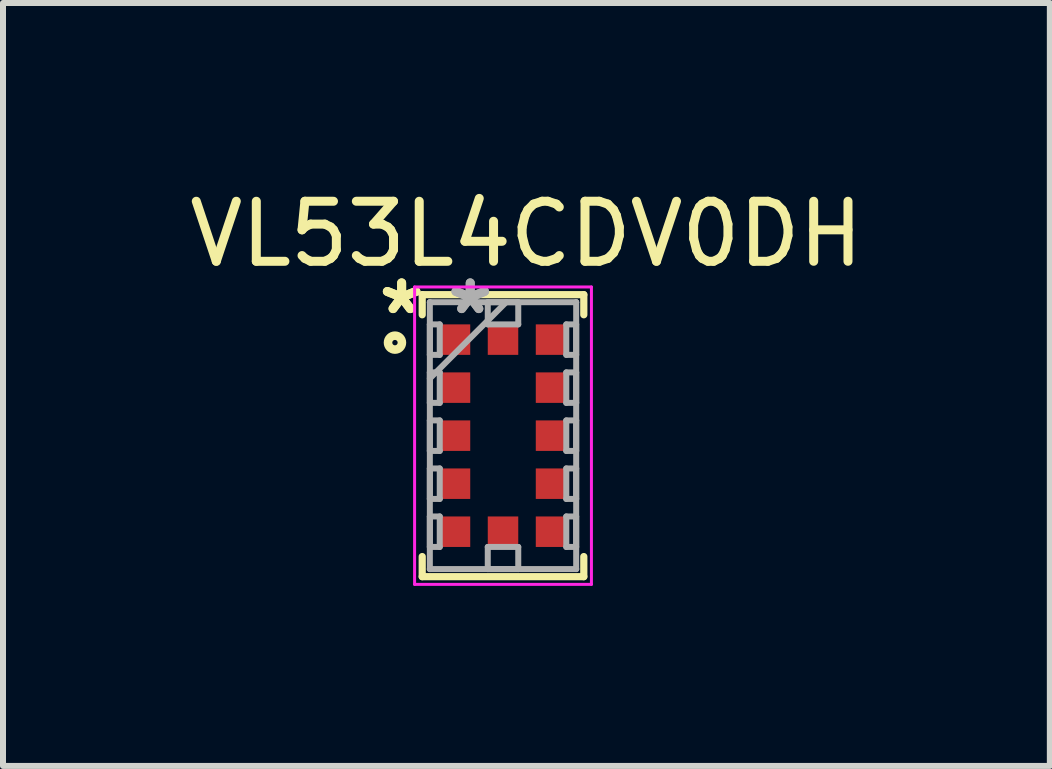
<source format=kicad_pcb>
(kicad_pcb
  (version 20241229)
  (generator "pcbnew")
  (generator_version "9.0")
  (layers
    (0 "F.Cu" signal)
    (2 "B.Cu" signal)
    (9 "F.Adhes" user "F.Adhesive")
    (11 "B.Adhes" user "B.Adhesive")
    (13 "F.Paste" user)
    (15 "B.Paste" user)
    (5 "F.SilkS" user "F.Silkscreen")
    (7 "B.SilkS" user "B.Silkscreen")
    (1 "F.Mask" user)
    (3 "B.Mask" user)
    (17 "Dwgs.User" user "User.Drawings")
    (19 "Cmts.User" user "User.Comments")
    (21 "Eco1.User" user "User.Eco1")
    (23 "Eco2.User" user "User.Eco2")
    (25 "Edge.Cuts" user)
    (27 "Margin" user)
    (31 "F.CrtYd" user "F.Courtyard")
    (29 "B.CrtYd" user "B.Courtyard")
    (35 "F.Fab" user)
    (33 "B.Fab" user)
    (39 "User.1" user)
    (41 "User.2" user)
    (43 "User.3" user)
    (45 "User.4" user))
  (footprint "VL53L4CDV0DH"
    (layer "F.Cu")
    (at 5.33 4.208)
    (property "Reference" "VL53L4CDV0DH" (at 0.39 -3.36 0) (layer "F.SilkS") (effects (font (size 1 1) (thickness 0.15))))
    (attr through_hole)
    (fp_line (start -1.346 -2.349) (end -1.346 -2.014) (stroke (width 0.12) (type solid)) (layer "F.SilkS"))
    (fp_line (start -1.346 2.014) (end -1.346 2.349) (stroke (width 0.12) (type solid)) (layer "F.SilkS"))
    (fp_line (start -1.346 2.349) (end 1.346 2.349) (stroke (width 0.12) (type solid)) (layer "F.SilkS"))
    (fp_line (start 1.346 -2.349) (end -1.346 -2.349) (stroke (width 0.12) (type solid)) (layer "F.SilkS"))
    (fp_line (start 1.346 -2.014) (end 1.346 -2.349) (stroke (width 0.12) (type solid)) (layer "F.SilkS"))
    (fp_line (start 1.346 2.349) (end 1.346 2.014) (stroke (width 0.12) (type solid)) (layer "F.SilkS"))
    (fp_circle (center -1.8 -1.55) (end -1.84 -1.53) (stroke (width 0.12) (type solid)) (fill no) (layer "F.SilkS"))
    (fp_circle (center -1.8 -1.55) (end -1.71 -1.46) (stroke (width 0.12) (type solid)) (fill no) (layer "F.SilkS"))
    (fp_line (start -1.473 -2.477) (end 1.473 -2.477) (stroke (width 0.05) (type solid)) (layer "F.CrtYd"))
    (fp_line (start -1.473 2.477) (end -1.473 -2.477) (stroke (width 0.05) (type solid)) (layer "F.CrtYd"))
    (fp_line (start 1.473 -2.477) (end 1.473 2.477) (stroke (width 0.05) (type solid)) (layer "F.CrtYd"))
    (fp_line (start 1.473 2.477) (end -1.473 2.477) (stroke (width 0.05) (type solid)) (layer "F.CrtYd"))
    (fp_line (start -1.219 -2.223) (end -1.219 -2.223) (stroke (width 0.1) (type solid)) (layer "F.Fab"))
    (fp_line (start -1.219 -2.223) (end -1.219 2.223) (stroke (width 0.1) (type solid)) (layer "F.Fab"))
    (fp_line (start -1.219 -1.854) (end -1.054 -1.854) (stroke (width 0.1) (type solid)) (layer "F.Fab"))
    (fp_line (start -1.219 -1.346) (end -1.219 -1.854) (stroke (width 0.1) (type solid)) (layer "F.Fab"))
    (fp_line (start -1.219 -1.054) (end -1.054 -1.054) (stroke (width 0.1) (type solid)) (layer "F.Fab"))
    (fp_line (start -1.219 -0.953) (end 0.051 -2.223) (stroke (width 0.1) (type solid)) (layer "F.Fab"))
    (fp_line (start -1.219 -0.546) (end -1.219 -1.054) (stroke (width 0.1) (type solid)) (layer "F.Fab"))
    (fp_line (start -1.219 -0.254) (end -1.054 -0.254) (stroke (width 0.1) (type solid)) (layer "F.Fab"))
    (fp_line (start -1.219 0.254) (end -1.219 -0.254) (stroke (width 0.1) (type solid)) (layer "F.Fab"))
    (fp_line (start -1.219 0.546) (end -1.054 0.546) (stroke (width 0.1) (type solid)) (layer "F.Fab"))
    (fp_line (start -1.219 1.054) (end -1.219 0.546) (stroke (width 0.1) (type solid)) (layer "F.Fab"))
    (fp_line (start -1.219 1.346) (end -1.054 1.346) (stroke (width 0.1) (type solid)) (layer "F.Fab"))
    (fp_line (start -1.219 1.854) (end -1.219 1.346) (stroke (width 0.1) (type solid)) (layer "F.Fab"))
    (fp_line (start -1.219 2.223) (end -1.219 2.223) (stroke (width 0.1) (type solid)) (layer "F.Fab"))
    (fp_line (start -1.219 2.223) (end 1.219 2.223) (stroke (width 0.1) (type solid)) (layer "F.Fab"))
    (fp_line (start -1.054 -1.854) (end -1.054 -1.346) (stroke (width 0.1) (type solid)) (layer "F.Fab"))
    (fp_line (start -1.054 -1.346) (end -1.219 -1.346) (stroke (width 0.1) (type solid)) (layer "F.Fab"))
    (fp_line (start -1.054 -1.054) (end -1.054 -0.546) (stroke (width 0.1) (type solid)) (layer "F.Fab"))
    (fp_line (start -1.054 -0.546) (end -1.219 -0.546) (stroke (width 0.1) (type solid)) (layer "F.Fab"))
    (fp_line (start -1.054 -0.254) (end -1.054 0.254) (stroke (width 0.1) (type solid)) (layer "F.Fab"))
    (fp_line (start -1.054 0.254) (end -1.219 0.254) (stroke (width 0.1) (type solid)) (layer "F.Fab"))
    (fp_line (start -1.054 0.546) (end -1.054 1.054) (stroke (width 0.1) (type solid)) (layer "F.Fab"))
    (fp_line (start -1.054 1.054) (end -1.219 1.054) (stroke (width 0.1) (type solid)) (layer "F.Fab"))
    (fp_line (start -1.054 1.346) (end -1.054 1.854) (stroke (width 0.1) (type solid)) (layer "F.Fab"))
    (fp_line (start -1.054 1.854) (end -1.219 1.854) (stroke (width 0.1) (type solid)) (layer "F.Fab"))
    (fp_line (start -0.254 -2.223) (end 0.254 -2.223) (stroke (width 0.1) (type solid)) (layer "F.Fab"))
    (fp_line (start -0.254 -1.854) (end -0.254 -2.223) (stroke (width 0.1) (type solid)) (layer "F.Fab"))
    (fp_line (start -0.254 1.854) (end 0.254 1.854) (stroke (width 0.1) (type solid)) (layer "F.Fab"))
    (fp_line (start -0.254 2.223) (end -0.254 1.854) (stroke (width 0.1) (type solid)) (layer "F.Fab"))
    (fp_line (start 0.254 -2.223) (end 0.254 -1.854) (stroke (width 0.1) (type solid)) (layer "F.Fab"))
    (fp_line (start 0.254 -1.854) (end -0.254 -1.854) (stroke (width 0.1) (type solid)) (layer "F.Fab"))
    (fp_line (start 0.254 1.854) (end 0.254 2.223) (stroke (width 0.1) (type solid)) (layer "F.Fab"))
    (fp_line (start 0.254 2.223) (end -0.254 2.223) (stroke (width 0.1) (type solid)) (layer "F.Fab"))
    (fp_line (start 1.054 -1.854) (end 1.219 -1.854) (stroke (width 0.1) (type solid)) (layer "F.Fab"))
    (fp_line (start 1.054 -1.346) (end 1.054 -1.854) (stroke (width 0.1) (type solid)) (layer "F.Fab"))
    (fp_line (start 1.054 -1.054) (end 1.219 -1.054) (stroke (width 0.1) (type solid)) (layer "F.Fab"))
    (fp_line (start 1.054 -0.546) (end 1.054 -1.054) (stroke (width 0.1) (type solid)) (layer "F.Fab"))
    (fp_line (start 1.054 -0.254) (end 1.219 -0.254) (stroke (width 0.1) (type solid)) (layer "F.Fab"))
    (fp_line (start 1.054 0.254) (end 1.054 -0.254) (stroke (width 0.1) (type solid)) (layer "F.Fab"))
    (fp_line (start 1.054 0.546) (end 1.219 0.546) (stroke (width 0.1) (type solid)) (layer "F.Fab"))
    (fp_line (start 1.054 1.054) (end 1.054 0.546) (stroke (width 0.1) (type solid)) (layer "F.Fab"))
    (fp_line (start 1.054 1.346) (end 1.219 1.346) (stroke (width 0.1) (type solid)) (layer "F.Fab"))
    (fp_line (start 1.054 1.854) (end 1.054 1.346) (stroke (width 0.1) (type solid)) (layer "F.Fab"))
    (fp_line (start 1.219 -2.223) (end -1.219 -2.223) (stroke (width 0.1) (type solid)) (layer "F.Fab"))
    (fp_line (start 1.219 -2.223) (end 1.219 -2.223) (stroke (width 0.1) (type solid)) (layer "F.Fab"))
    (fp_line (start 1.219 -1.854) (end 1.219 -1.346) (stroke (width 0.1) (type solid)) (layer "F.Fab"))
    (fp_line (start 1.219 -1.346) (end 1.054 -1.346) (stroke (width 0.1) (type solid)) (layer "F.Fab"))
    (fp_line (start 1.219 -1.054) (end 1.219 -0.546) (stroke (width 0.1) (type solid)) (layer "F.Fab"))
    (fp_line (start 1.219 -0.546) (end 1.054 -0.546) (stroke (width 0.1) (type solid)) (layer "F.Fab"))
    (fp_line (start 1.219 -0.254) (end 1.219 0.254) (stroke (width 0.1) (type solid)) (layer "F.Fab"))
    (fp_line (start 1.219 0.254) (end 1.054 0.254) (stroke (width 0.1) (type solid)) (layer "F.Fab"))
    (fp_line (start 1.219 0.546) (end 1.219 1.054) (stroke (width 0.1) (type solid)) (layer "F.Fab"))
    (fp_line (start 1.219 1.054) (end 1.054 1.054) (stroke (width 0.1) (type solid)) (layer "F.Fab"))
    (fp_line (start 1.219 1.346) (end 1.219 1.854) (stroke (width 0.1) (type solid)) (layer "F.Fab"))
    (fp_line (start 1.219 1.854) (end 1.054 1.854) (stroke (width 0.1) (type solid)) (layer "F.Fab"))
    (fp_line (start 1.219 2.223) (end 1.219 -2.223) (stroke (width 0.1) (type solid)) (layer "F.Fab"))
    (fp_line (start 1.219 2.223) (end 1.219 2.223) (stroke (width 0.1) (type solid)) (layer "F.Fab"))
    (fp_text user "*" (at -1.689 -2 0) (layer "F.SilkS") (effects (font (size 1 1) (thickness 0.15))))
    (fp_text user "*" (at -1.689 -2 0) (layer "F.SilkS") (effects (font (size 1 1) (thickness 0.15))))
    (fp_text user "*" (at -0.546 -2 0) (layer "F.Fab") (effects (font (size 1 1) (thickness 0.15))))
    (fp_text user "*" (at -0.546 -2 0) (layer "F.Fab") (effects (font (size 1 1) (thickness 0.15))))
    (pad "1" smd rect (at 0.8 -1.6 90) (size 0.508 0.508) (layers "F.Cu" "F.Mask"))
    (pad "2" smd rect (at 0.8 -0.8 90) (size 0.508 0.508) (layers "F.Cu" "F.Mask"))
    (pad "3" smd rect (at 0.8 0 90) (size 0.508 0.508) (layers "F.Cu" "F.Mask"))
    (pad "4" smd rect (at 0.8 0.8 90) (size 0.508 0.508) (layers "F.Cu" "F.Mask"))
    (pad "5" smd rect (at 0.8 1.6 90) (size 0.508 0.508) (layers "F.Cu" "F.Mask"))
    (pad "6" smd rect (at 0 1.6) (size 0.508 0.508) (layers "F.Cu" "F.Mask"))
    (pad "7" smd rect (at -0.8 1.6 90) (size 0.508 0.508) (layers "F.Cu" "F.Mask"))
    (pad "8" smd rect (at -0.8 0.8 90) (size 0.508 0.508) (layers "F.Cu" "F.Mask"))
    (pad "9" smd rect (at -0.8 0 90) (size 0.508 0.508) (layers "F.Cu" "F.Mask"))
    (pad "10" smd rect (at -0.8 -0.8 90) (size 0.508 0.508) (layers "F.Cu" "F.Mask"))
    (pad "11" smd rect (at -0.8 -1.6 90) (size 0.508 0.508) (layers "F.Cu" "F.Mask"))
    (pad "12" smd rect (at 0 -1.6) (size 0.508 0.508) (layers "F.Cu" "F.Mask")))
  (gr_rect
    (start -3 -3)
    (end 14.44 9.71)
    (stroke (width 0.1) (type default))
    (fill no)
    (layer "Edge.Cuts")))
</source>
